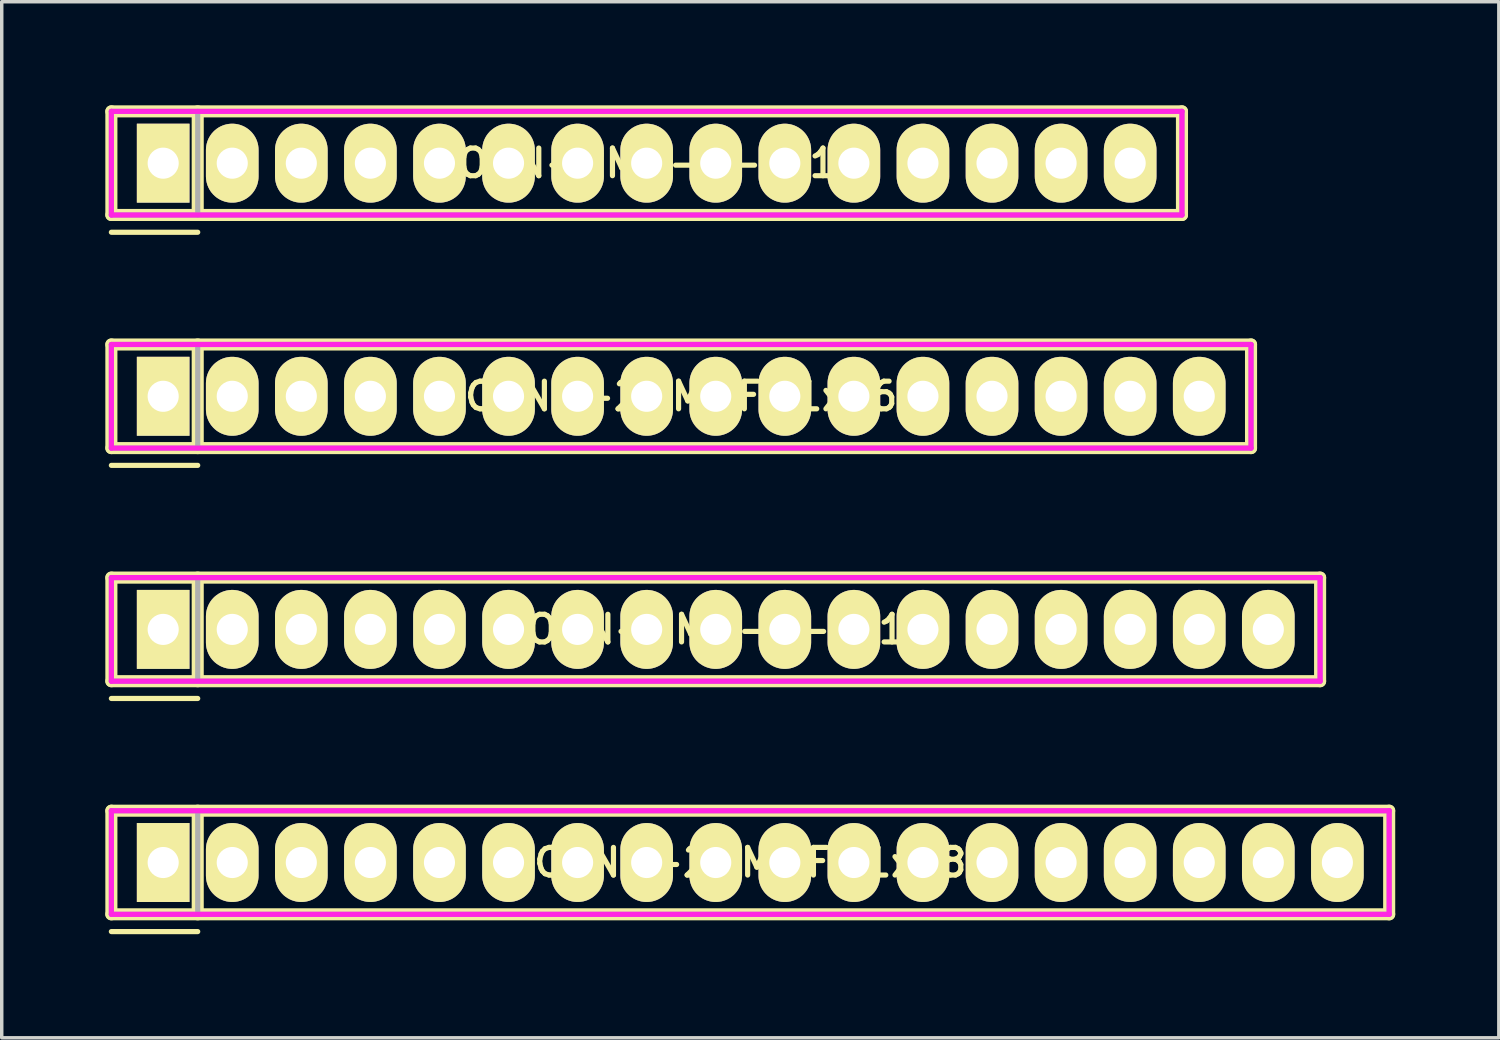
<source format=kicad_pcb>
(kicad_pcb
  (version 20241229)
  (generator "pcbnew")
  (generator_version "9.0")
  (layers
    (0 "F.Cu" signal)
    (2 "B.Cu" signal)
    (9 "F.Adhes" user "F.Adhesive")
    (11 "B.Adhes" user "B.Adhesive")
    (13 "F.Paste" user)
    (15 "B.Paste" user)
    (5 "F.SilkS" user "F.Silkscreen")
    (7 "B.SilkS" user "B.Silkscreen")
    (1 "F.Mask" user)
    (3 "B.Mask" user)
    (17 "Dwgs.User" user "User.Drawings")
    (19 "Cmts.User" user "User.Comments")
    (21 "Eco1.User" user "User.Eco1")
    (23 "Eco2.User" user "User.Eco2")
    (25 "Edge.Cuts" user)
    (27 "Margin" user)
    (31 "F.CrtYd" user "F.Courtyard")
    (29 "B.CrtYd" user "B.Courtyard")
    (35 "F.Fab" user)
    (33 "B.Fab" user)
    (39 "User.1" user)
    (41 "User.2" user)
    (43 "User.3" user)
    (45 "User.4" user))
  (footprint "CONN-2MM-F-1x16"
    (layer "F.Cu")
    (at 16.675 8.425)
    (property "Reference" "CONN-2MM-F-1x16" (at 0 0 0) (layer "F.SilkS") (effects (font (size 0.8 0.8) (thickness 0.15))))
    (attr through_hole)
    (fp_line (start -16.5 -1.5) (end 16.5 -1.5) (stroke (width 0.35) (type solid)) (layer "F.SilkS"))
    (fp_line (start -16.5 1.5) (end -16.5 -1.5) (stroke (width 0.35) (type solid)) (layer "F.SilkS"))
    (fp_line (start -16.5 2) (end -14 2) (stroke (width 0.15) (type solid)) (layer "F.SilkS"))
    (fp_line (start -14 -1.5) (end -14 1.5) (stroke (width 0.35) (type solid)) (layer "F.SilkS"))
    (fp_line (start 16.5 -1.5) (end 16.5 1.5) (stroke (width 0.35) (type solid)) (layer "F.SilkS"))
    (fp_line (start 16.5 1.5) (end -16.5 1.5) (stroke (width 0.35) (type solid)) (layer "F.SilkS"))
    (fp_line (start -16.5 -1.5) (end 16.5 -1.5) (stroke (width 0.15) (type solid)) (layer "F.CrtYd"))
    (fp_line (start -16.5 1.5) (end -16.5 -1.5) (stroke (width 0.15) (type solid)) (layer "F.CrtYd"))
    (fp_line (start 16.5 -1.5) (end 16.5 1.5) (stroke (width 0.15) (type solid)) (layer "F.CrtYd"))
    (fp_line (start 16.5 1.5) (end -16.5 1.5) (stroke (width 0.15) (type solid)) (layer "F.CrtYd"))
    (fp_line (start -16.5 -1.5) (end 16.5 -1.5) (stroke (width 0.15) (type solid)) (layer "F.Fab"))
    (fp_line (start -16.5 1.5) (end -16.5 -1.5) (stroke (width 0.15) (type solid)) (layer "F.Fab"))
    (fp_line (start -14 -1.5) (end -14 1.5) (stroke (width 0.15) (type solid)) (layer "F.Fab"))
    (fp_line (start 16.5 -1.5) (end 16.5 1.5) (stroke (width 0.15) (type solid)) (layer "F.Fab"))
    (fp_line (start 16.5 1.5) (end -16.5 1.5) (stroke (width 0.15) (type solid)) (layer "F.Fab"))
    (pad "1" thru_hole rect (at -15 0) (size 1.524 2.286) (drill 0.9) (layers "*.Cu" "*.Mask" "F.SilkS"))
    (pad "2" thru_hole oval (at -13 0) (size 1.524 2.286) (drill 0.9) (layers "*.Cu" "*.Mask" "F.SilkS"))
    (pad "3" thru_hole oval (at -11 0) (size 1.524 2.286) (drill 0.9) (layers "*.Cu" "*.Mask" "F.SilkS"))
    (pad "4" thru_hole oval (at -9 0) (size 1.524 2.286) (drill 0.9) (layers "*.Cu" "*.Mask" "F.SilkS"))
    (pad "5" thru_hole oval (at -7 0) (size 1.524 2.286) (drill 0.9) (layers "*.Cu" "*.Mask" "F.SilkS"))
    (pad "6" thru_hole oval (at -5 0) (size 1.524 2.286) (drill 0.9) (layers "*.Cu" "*.Mask" "F.SilkS"))
    (pad "7" thru_hole oval (at -3 0) (size 1.524 2.286) (drill 0.9) (layers "*.Cu" "*.Mask" "F.SilkS"))
    (pad "8" thru_hole oval (at -1 0) (size 1.524 2.286) (drill 0.9) (layers "*.Cu" "*.Mask" "F.SilkS"))
    (pad "9" thru_hole oval (at 1 0) (size 1.524 2.286) (drill 0.9) (layers "*.Cu" "*.Mask" "F.SilkS"))
    (pad "10" thru_hole oval (at 3 0) (size 1.524 2.286) (drill 0.9) (layers "*.Cu" "*.Mask" "F.SilkS"))
    (pad "11" thru_hole oval (at 5 0) (size 1.524 2.286) (drill 0.9) (layers "*.Cu" "*.Mask" "F.SilkS"))
    (pad "12" thru_hole oval (at 7 0) (size 1.524 2.286) (drill 0.9) (layers "*.Cu" "*.Mask" "F.SilkS"))
    (pad "13" thru_hole oval (at 9 0) (size 1.524 2.286) (drill 0.9) (layers "*.Cu" "*.Mask" "F.SilkS"))
    (pad "14" thru_hole oval (at 11 0) (size 1.524 2.286) (drill 0.9) (layers "*.Cu" "*.Mask" "F.SilkS"))
    (pad "15" thru_hole oval (at 13 0) (size 1.524 2.286) (drill 0.9) (layers "*.Cu" "*.Mask" "F.SilkS"))
    (pad "16" thru_hole oval (at 15 0) (size 1.524 2.286) (drill 0.9) (layers "*.Cu" "*.Mask" "F.SilkS")))
  (footprint "CONN-2MM-F-1x18"
    (layer "F.Cu")
    (at 18.675 21.925)
    (property "Reference" "CONN-2MM-F-1x18" (at 0 0 0) (layer "F.SilkS") (effects (font (size 0.8 0.8) (thickness 0.15))))
    (attr through_hole)
    (fp_line (start -18.5 -1.5) (end 18.5 -1.5) (stroke (width 0.35) (type solid)) (layer "F.SilkS"))
    (fp_line (start -18.5 1.5) (end -18.5 -1.5) (stroke (width 0.35) (type solid)) (layer "F.SilkS"))
    (fp_line (start -18.5 2) (end -16 2) (stroke (width 0.15) (type solid)) (layer "F.SilkS"))
    (fp_line (start -16 -1.5) (end -16 1.5) (stroke (width 0.35) (type solid)) (layer "F.SilkS"))
    (fp_line (start 18.5 -1.5) (end 18.5 1.5) (stroke (width 0.35) (type solid)) (layer "F.SilkS"))
    (fp_line (start 18.5 1.5) (end -18.5 1.5) (stroke (width 0.35) (type solid)) (layer "F.SilkS"))
    (fp_line (start -18.5 -1.5) (end 18.5 -1.5) (stroke (width 0.15) (type solid)) (layer "F.CrtYd"))
    (fp_line (start -18.5 1.5) (end -18.5 -1.5) (stroke (width 0.15) (type solid)) (layer "F.CrtYd"))
    (fp_line (start 18.5 -1.5) (end 18.5 1.5) (stroke (width 0.15) (type solid)) (layer "F.CrtYd"))
    (fp_line (start 18.5 1.5) (end -18.5 1.5) (stroke (width 0.15) (type solid)) (layer "F.CrtYd"))
    (fp_line (start -18.5 -1.5) (end 18.5 -1.5) (stroke (width 0.15) (type solid)) (layer "F.Fab"))
    (fp_line (start -18.5 1.5) (end -18.5 -1.5) (stroke (width 0.15) (type solid)) (layer "F.Fab"))
    (fp_line (start -16 -1.5) (end -16 1.5) (stroke (width 0.15) (type solid)) (layer "F.Fab"))
    (fp_line (start 18.5 -1.5) (end 18.5 1.5) (stroke (width 0.15) (type solid)) (layer "F.Fab"))
    (fp_line (start 18.5 1.5) (end -18.5 1.5) (stroke (width 0.15) (type solid)) (layer "F.Fab"))
    (pad "1" thru_hole rect (at -17 0) (size 1.524 2.286) (drill 0.9) (layers "*.Cu" "*.Mask" "F.SilkS"))
    (pad "2" thru_hole oval (at -15 0) (size 1.524 2.286) (drill 0.9) (layers "*.Cu" "*.Mask" "F.SilkS"))
    (pad "3" thru_hole oval (at -13 0) (size 1.524 2.286) (drill 0.9) (layers "*.Cu" "*.Mask" "F.SilkS"))
    (pad "4" thru_hole oval (at -11 0) (size 1.524 2.286) (drill 0.9) (layers "*.Cu" "*.Mask" "F.SilkS"))
    (pad "5" thru_hole oval (at -9 0) (size 1.524 2.286) (drill 0.9) (layers "*.Cu" "*.Mask" "F.SilkS"))
    (pad "6" thru_hole oval (at -7 0) (size 1.524 2.286) (drill 0.9) (layers "*.Cu" "*.Mask" "F.SilkS"))
    (pad "7" thru_hole oval (at -5 0) (size 1.524 2.286) (drill 0.9) (layers "*.Cu" "*.Mask" "F.SilkS"))
    (pad "8" thru_hole oval (at -3 0) (size 1.524 2.286) (drill 0.9) (layers "*.Cu" "*.Mask" "F.SilkS"))
    (pad "9" thru_hole oval (at -1 0) (size 1.524 2.286) (drill 0.9) (layers "*.Cu" "*.Mask" "F.SilkS"))
    (pad "10" thru_hole oval (at 1 0) (size 1.524 2.286) (drill 0.9) (layers "*.Cu" "*.Mask" "F.SilkS"))
    (pad "11" thru_hole oval (at 3 0) (size 1.524 2.286) (drill 0.9) (layers "*.Cu" "*.Mask" "F.SilkS"))
    (pad "12" thru_hole oval (at 5 0) (size 1.524 2.286) (drill 0.9) (layers "*.Cu" "*.Mask" "F.SilkS"))
    (pad "13" thru_hole oval (at 7 0) (size 1.524 2.286) (drill 0.9) (layers "*.Cu" "*.Mask" "F.SilkS"))
    (pad "14" thru_hole oval (at 9 0) (size 1.524 2.286) (drill 0.9) (layers "*.Cu" "*.Mask" "F.SilkS"))
    (pad "15" thru_hole oval (at 11 0) (size 1.524 2.286) (drill 0.9) (layers "*.Cu" "*.Mask" "F.SilkS"))
    (pad "16" thru_hole oval (at 13 0) (size 1.524 2.286) (drill 0.9) (layers "*.Cu" "*.Mask" "F.SilkS"))
    (pad "17" thru_hole oval (at 15 0) (size 1.524 2.286) (drill 0.9) (layers "*.Cu" "*.Mask" "F.SilkS"))
    (pad "18" thru_hole oval (at 17 0) (size 1.524 2.286) (drill 0.9) (layers "*.Cu" "*.Mask" "F.SilkS")))
  (footprint "CONN-2MM-F-1x15"
    (layer "F.Cu")
    (at 15.675 1.675)
    (property "Reference" "CONN-2MM-F-1x15" (at 0 0 0) (layer "F.SilkS") (effects (font (size 0.8 0.8) (thickness 0.15))))
    (attr through_hole)
    (fp_line (start -15.5 -1.5) (end 15.5 -1.5) (stroke (width 0.35) (type solid)) (layer "F.SilkS"))
    (fp_line (start -15.5 1.5) (end -15.5 -1.5) (stroke (width 0.35) (type solid)) (layer "F.SilkS"))
    (fp_line (start -15.5 2) (end -13 2) (stroke (width 0.15) (type solid)) (layer "F.SilkS"))
    (fp_line (start -13 -1.5) (end -13 1.5) (stroke (width 0.35) (type solid)) (layer "F.SilkS"))
    (fp_line (start 15.5 -1.5) (end 15.5 1.5) (stroke (width 0.35) (type solid)) (layer "F.SilkS"))
    (fp_line (start 15.5 1.5) (end -15.5 1.5) (stroke (width 0.35) (type solid)) (layer "F.SilkS"))
    (fp_line (start -15.5 -1.5) (end 15.5 -1.5) (stroke (width 0.15) (type solid)) (layer "F.CrtYd"))
    (fp_line (start -15.5 1.5) (end -15.5 -1.5) (stroke (width 0.15) (type solid)) (layer "F.CrtYd"))
    (fp_line (start 15.5 -1.5) (end 15.5 1.5) (stroke (width 0.15) (type solid)) (layer "F.CrtYd"))
    (fp_line (start 15.5 1.5) (end -15.5 1.5) (stroke (width 0.15) (type solid)) (layer "F.CrtYd"))
    (fp_line (start -15.5 -1.5) (end 15.5 -1.5) (stroke (width 0.15) (type solid)) (layer "F.Fab"))
    (fp_line (start -15.5 1.5) (end -15.5 -1.5) (stroke (width 0.15) (type solid)) (layer "F.Fab"))
    (fp_line (start -13 -1.5) (end -13 1.5) (stroke (width 0.15) (type solid)) (layer "F.Fab"))
    (fp_line (start 15.5 -1.5) (end 15.5 1.5) (stroke (width 0.15) (type solid)) (layer "F.Fab"))
    (fp_line (start 15.5 1.5) (end -15.5 1.5) (stroke (width 0.15) (type solid)) (layer "F.Fab"))
    (pad "1" thru_hole rect (at -14 0) (size 1.524 2.286) (drill 0.9) (layers "*.Cu" "*.Mask" "F.SilkS"))
    (pad "2" thru_hole oval (at -12 0) (size 1.524 2.286) (drill 0.9) (layers "*.Cu" "*.Mask" "F.SilkS"))
    (pad "3" thru_hole oval (at -10 0) (size 1.524 2.286) (drill 0.9) (layers "*.Cu" "*.Mask" "F.SilkS"))
    (pad "4" thru_hole oval (at -8 0) (size 1.524 2.286) (drill 0.9) (layers "*.Cu" "*.Mask" "F.SilkS"))
    (pad "5" thru_hole oval (at -6 0) (size 1.524 2.286) (drill 0.9) (layers "*.Cu" "*.Mask" "F.SilkS"))
    (pad "6" thru_hole oval (at -4 0) (size 1.524 2.286) (drill 0.9) (layers "*.Cu" "*.Mask" "F.SilkS"))
    (pad "7" thru_hole oval (at -2 0) (size 1.524 2.286) (drill 0.9) (layers "*.Cu" "*.Mask" "F.SilkS"))
    (pad "8" thru_hole oval (at 0 0) (size 1.524 2.286) (drill 0.9) (layers "*.Cu" "*.Mask" "F.SilkS"))
    (pad "9" thru_hole oval (at 2 0) (size 1.524 2.286) (drill 0.9) (layers "*.Cu" "*.Mask" "F.SilkS"))
    (pad "10" thru_hole oval (at 4 0) (size 1.524 2.286) (drill 0.9) (layers "*.Cu" "*.Mask" "F.SilkS"))
    (pad "11" thru_hole oval (at 6 0) (size 1.524 2.286) (drill 0.9) (layers "*.Cu" "*.Mask" "F.SilkS"))
    (pad "12" thru_hole oval (at 8 0) (size 1.524 2.286) (drill 0.9) (layers "*.Cu" "*.Mask" "F.SilkS"))
    (pad "13" thru_hole oval (at 10 0) (size 1.524 2.286) (drill 0.9) (layers "*.Cu" "*.Mask" "F.SilkS"))
    (pad "14" thru_hole oval (at 12 0) (size 1.524 2.286) (drill 0.9) (layers "*.Cu" "*.Mask" "F.SilkS"))
    (pad "15" thru_hole oval (at 14 0) (size 1.524 2.286) (drill 0.9) (layers "*.Cu" "*.Mask" "F.SilkS")))
  (footprint "CONN-2MM-F-1x17"
    (layer "F.Cu")
    (at 17.675 15.175)
    (property "Reference" "CONN-2MM-F-1x17" (at 0 0 0) (layer "F.SilkS") (effects (font (size 0.8 0.8) (thickness 0.15))))
    (attr through_hole)
    (fp_line (start -17.5 -1.5) (end 17.5 -1.5) (stroke (width 0.35) (type solid)) (layer "F.SilkS"))
    (fp_line (start -17.5 1.5) (end -17.5 -1.5) (stroke (width 0.35) (type solid)) (layer "F.SilkS"))
    (fp_line (start -17.5 2) (end -15 2) (stroke (width 0.15) (type solid)) (layer "F.SilkS"))
    (fp_line (start -15 -1.5) (end -15 1.5) (stroke (width 0.35) (type solid)) (layer "F.SilkS"))
    (fp_line (start 17.5 -1.5) (end 17.5 1.5) (stroke (width 0.35) (type solid)) (layer "F.SilkS"))
    (fp_line (start 17.5 1.5) (end -17.5 1.5) (stroke (width 0.35) (type solid)) (layer "F.SilkS"))
    (fp_line (start -17.5 -1.5) (end 17.5 -1.5) (stroke (width 0.15) (type solid)) (layer "F.CrtYd"))
    (fp_line (start -17.5 1.5) (end -17.5 -1.5) (stroke (width 0.15) (type solid)) (layer "F.CrtYd"))
    (fp_line (start 17.5 -1.5) (end 17.5 1.5) (stroke (width 0.15) (type solid)) (layer "F.CrtYd"))
    (fp_line (start 17.5 1.5) (end -17.5 1.5) (stroke (width 0.15) (type solid)) (layer "F.CrtYd"))
    (fp_line (start -17.5 -1.5) (end 17.5 -1.5) (stroke (width 0.15) (type solid)) (layer "F.Fab"))
    (fp_line (start -17.5 1.5) (end -17.5 -1.5) (stroke (width 0.15) (type solid)) (layer "F.Fab"))
    (fp_line (start -15 -1.5) (end -15 1.5) (stroke (width 0.15) (type solid)) (layer "F.Fab"))
    (fp_line (start 17.5 -1.5) (end 17.5 1.5) (stroke (width 0.15) (type solid)) (layer "F.Fab"))
    (fp_line (start 17.5 1.5) (end -17.5 1.5) (stroke (width 0.15) (type solid)) (layer "F.Fab"))
    (pad "1" thru_hole rect (at -16 0) (size 1.524 2.286) (drill 0.9) (layers "*.Cu" "*.Mask" "F.SilkS"))
    (pad "2" thru_hole oval (at -14 0) (size 1.524 2.286) (drill 0.9) (layers "*.Cu" "*.Mask" "F.SilkS"))
    (pad "3" thru_hole oval (at -12 0) (size 1.524 2.286) (drill 0.9) (layers "*.Cu" "*.Mask" "F.SilkS"))
    (pad "4" thru_hole oval (at -10 0) (size 1.524 2.286) (drill 0.9) (layers "*.Cu" "*.Mask" "F.SilkS"))
    (pad "5" thru_hole oval (at -8 0) (size 1.524 2.286) (drill 0.9) (layers "*.Cu" "*.Mask" "F.SilkS"))
    (pad "6" thru_hole oval (at -6 0) (size 1.524 2.286) (drill 0.9) (layers "*.Cu" "*.Mask" "F.SilkS"))
    (pad "7" thru_hole oval (at -4 0) (size 1.524 2.286) (drill 0.9) (layers "*.Cu" "*.Mask" "F.SilkS"))
    (pad "8" thru_hole oval (at -2 0) (size 1.524 2.286) (drill 0.9) (layers "*.Cu" "*.Mask" "F.SilkS"))
    (pad "9" thru_hole oval (at 0 0) (size 1.524 2.286) (drill 0.9) (layers "*.Cu" "*.Mask" "F.SilkS"))
    (pad "10" thru_hole oval (at 2 0) (size 1.524 2.286) (drill 0.9) (layers "*.Cu" "*.Mask" "F.SilkS"))
    (pad "11" thru_hole oval (at 4 0) (size 1.524 2.286) (drill 0.9) (layers "*.Cu" "*.Mask" "F.SilkS"))
    (pad "12" thru_hole oval (at 6 0) (size 1.524 2.286) (drill 0.9) (layers "*.Cu" "*.Mask" "F.SilkS"))
    (pad "13" thru_hole oval (at 8 0) (size 1.524 2.286) (drill 0.9) (layers "*.Cu" "*.Mask" "F.SilkS"))
    (pad "14" thru_hole oval (at 10 0) (size 1.524 2.286) (drill 0.9) (layers "*.Cu" "*.Mask" "F.SilkS"))
    (pad "15" thru_hole oval (at 12 0) (size 1.524 2.286) (drill 0.9) (layers "*.Cu" "*.Mask" "F.SilkS"))
    (pad "16" thru_hole oval (at 14 0) (size 1.524 2.286) (drill 0.9) (layers "*.Cu" "*.Mask" "F.SilkS"))
    (pad "17" thru_hole oval (at 16 0) (size 1.524 2.286) (drill 0.9) (layers "*.Cu" "*.Mask" "F.SilkS")))
  (gr_rect
    (start -3 -3)
    (end 40.35 27)
    (stroke (width 0.1) (type default))
    (fill no)
    (layer "Edge.Cuts")))
</source>
